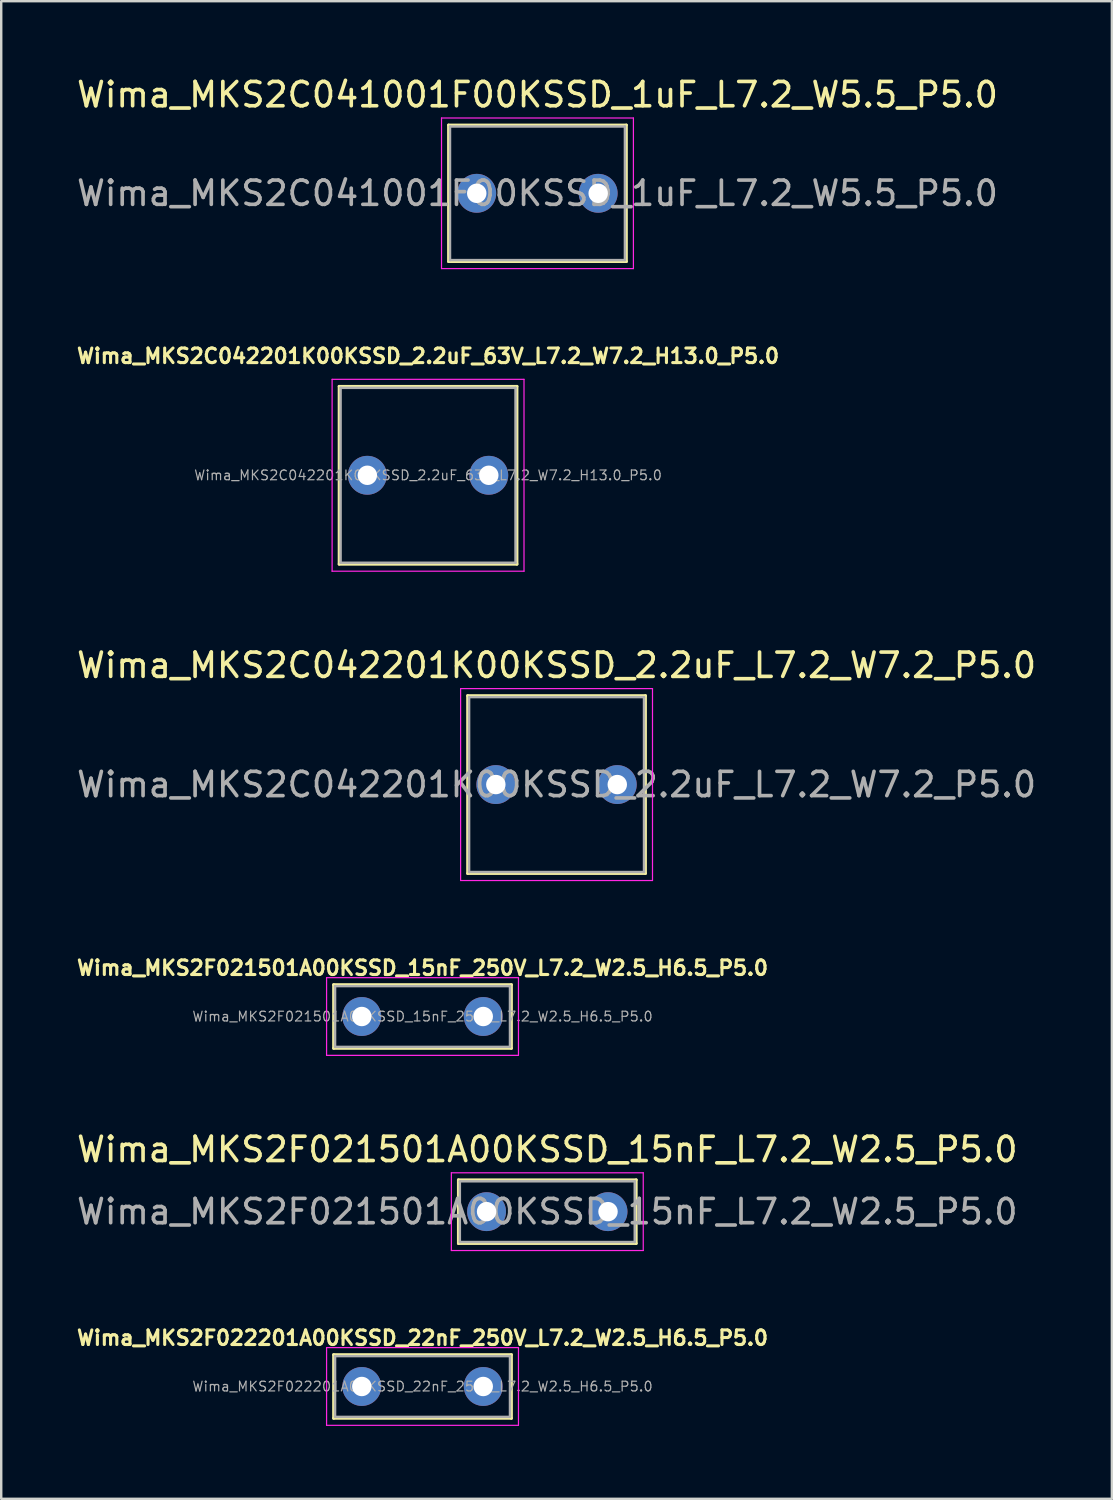
<source format=kicad_pcb>
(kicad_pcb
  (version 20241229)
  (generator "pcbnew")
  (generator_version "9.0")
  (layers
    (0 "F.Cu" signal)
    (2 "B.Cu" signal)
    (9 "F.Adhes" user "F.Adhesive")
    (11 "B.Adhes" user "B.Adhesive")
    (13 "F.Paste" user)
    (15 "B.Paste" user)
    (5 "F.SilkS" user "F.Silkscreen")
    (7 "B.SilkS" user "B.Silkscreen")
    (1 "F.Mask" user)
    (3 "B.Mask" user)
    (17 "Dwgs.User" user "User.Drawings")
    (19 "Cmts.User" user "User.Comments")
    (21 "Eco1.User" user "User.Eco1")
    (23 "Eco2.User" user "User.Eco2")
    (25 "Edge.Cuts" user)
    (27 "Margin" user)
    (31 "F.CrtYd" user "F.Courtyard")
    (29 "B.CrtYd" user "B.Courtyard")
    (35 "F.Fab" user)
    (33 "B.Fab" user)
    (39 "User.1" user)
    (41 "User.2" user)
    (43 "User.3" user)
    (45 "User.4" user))
  (footprint "Wima_MKS2F022201A00KSSD_22nF_250V_L7.2_W2.5_H6.5_P5.0"
    (layer "F.Cu")
    (at 14.345 54.031)
    (property "Reference" "Wima_MKS2F022201A00KSSD_22nF_250V_L7.2_W2.5_H6.5_P5.0" (at 0 -2 0) (layer "F.SilkS") (effects (font (size 0.6 0.6) (thickness 0.127))))
    (attr through_hole)
    (fp_line (start -3.66 -1.31) (end -3.66 1.31) (stroke (width 0.12) (type solid)) (layer "F.SilkS"))
    (fp_line (start -3.66 -1.31) (end 3.66 -1.31) (stroke (width 0.12) (type solid)) (layer "F.SilkS"))
    (fp_line (start -3.66 1.31) (end 3.66 1.31) (stroke (width 0.12) (type solid)) (layer "F.SilkS"))
    (fp_line (start 3.66 -1.31) (end 3.66 1.31) (stroke (width 0.12) (type solid)) (layer "F.SilkS"))
    (fp_line (start -3.95 -1.6) (end -3.95 1.6) (stroke (width 0.05) (type solid)) (layer "F.CrtYd"))
    (fp_line (start -3.95 1.6) (end 3.95 1.6) (stroke (width 0.05) (type solid)) (layer "F.CrtYd"))
    (fp_line (start 3.95 -1.6) (end -3.95 -1.6) (stroke (width 0.05) (type solid)) (layer "F.CrtYd"))
    (fp_line (start 3.95 1.6) (end 3.95 -1.6) (stroke (width 0.05) (type solid)) (layer "F.CrtYd"))
    (fp_line (start -3.6 -1.25) (end -3.6 1.25) (stroke (width 0.1) (type solid)) (layer "F.Fab"))
    (fp_line (start -3.6 1.25) (end 3.6 1.25) (stroke (width 0.1) (type solid)) (layer "F.Fab"))
    (fp_line (start 3.6 -1.25) (end -3.6 -1.25) (stroke (width 0.1) (type solid)) (layer "F.Fab"))
    (fp_line (start 3.6 1.25) (end 3.6 -1.25) (stroke (width 0.1) (type solid)) (layer "F.Fab"))
    (fp_text user "${REFERENCE}" (at 0 0 0) (layer "F.Fab") (effects (font (size 0.4 0.4) (thickness 0.05))))
    (pad "1" thru_hole circle (at -2.5 0) (size 1.6 1.6) (drill 0.8) (layers "*.Cu" "*.Mask"))
    (pad "2" thru_hole circle (at 2.5 0) (size 1.6 1.6) (drill 0.8) (layers "*.Cu" "*.Mask")))
  (footprint "Wima_MKS2C042201K00KSSD_2.2uF_63V_L7.2_W7.2_H13.0_P5.0"
    (layer "F.Cu")
    (at 14.573 16.517)
    (property "Reference" "Wima_MKS2C042201K00KSSD_2.2uF_63V_L7.2_W7.2_H13.0_P5.0" (at 0 -4.91 0) (layer "F.SilkS") (effects (font (size 0.6 0.6) (thickness 0.127))))
    (attr through_hole)
    (fp_line (start -3.66 -3.66) (end -3.66 3.66) (stroke (width 0.12) (type solid)) (layer "F.SilkS"))
    (fp_line (start -3.66 -3.66) (end 3.66 -3.66) (stroke (width 0.12) (type solid)) (layer "F.SilkS"))
    (fp_line (start -3.66 3.66) (end 3.66 3.66) (stroke (width 0.12) (type solid)) (layer "F.SilkS"))
    (fp_line (start 3.66 -3.66) (end 3.66 3.66) (stroke (width 0.12) (type solid)) (layer "F.SilkS"))
    (fp_line (start -3.95 -3.95) (end -3.95 3.95) (stroke (width 0.05) (type solid)) (layer "F.CrtYd"))
    (fp_line (start -3.95 3.95) (end 3.95 3.95) (stroke (width 0.05) (type solid)) (layer "F.CrtYd"))
    (fp_line (start 3.95 -3.95) (end -3.95 -3.95) (stroke (width 0.05) (type solid)) (layer "F.CrtYd"))
    (fp_line (start 3.95 3.95) (end 3.95 -3.95) (stroke (width 0.05) (type solid)) (layer "F.CrtYd"))
    (fp_line (start -3.6 -3.6) (end -3.6 3.6) (stroke (width 0.1) (type solid)) (layer "F.Fab"))
    (fp_line (start -3.6 3.6) (end 3.6 3.6) (stroke (width 0.1) (type solid)) (layer "F.Fab"))
    (fp_line (start 3.6 -3.6) (end -3.6 -3.6) (stroke (width 0.1) (type solid)) (layer "F.Fab"))
    (fp_line (start 3.6 3.6) (end 3.6 -3.6) (stroke (width 0.1) (type solid)) (layer "F.Fab"))
    (fp_text user "${REFERENCE}" (at 0 0 0) (layer "F.Fab") (effects (font (size 0.4 0.4) (thickness 0.05))))
    (pad "1" thru_hole circle (at -2.5 0) (size 1.6 1.6) (drill 0.8) (layers "*.Cu" "*.Mask"))
    (pad "2" thru_hole circle (at 2.5 0) (size 1.6 1.6) (drill 0.8) (layers "*.Cu" "*.Mask")))
  (footprint "Wima_MKS2F021501A00KSSD_15nF_250V_L7.2_W2.5_H6.5_P5.0"
    (layer "F.Cu")
    (at 14.345 38.799)
    (property "Reference" "Wima_MKS2F021501A00KSSD_15nF_250V_L7.2_W2.5_H6.5_P5.0" (at 0 -2 0) (layer "F.SilkS") (effects (font (size 0.6 0.6) (thickness 0.127))))
    (attr through_hole)
    (fp_line (start -3.66 -1.31) (end -3.66 1.31) (stroke (width 0.12) (type solid)) (layer "F.SilkS"))
    (fp_line (start -3.66 -1.31) (end 3.66 -1.31) (stroke (width 0.12) (type solid)) (layer "F.SilkS"))
    (fp_line (start -3.66 1.31) (end 3.66 1.31) (stroke (width 0.12) (type solid)) (layer "F.SilkS"))
    (fp_line (start 3.66 -1.31) (end 3.66 1.31) (stroke (width 0.12) (type solid)) (layer "F.SilkS"))
    (fp_line (start -3.95 -1.6) (end -3.95 1.6) (stroke (width 0.05) (type solid)) (layer "F.CrtYd"))
    (fp_line (start -3.95 1.6) (end 3.95 1.6) (stroke (width 0.05) (type solid)) (layer "F.CrtYd"))
    (fp_line (start 3.95 -1.6) (end -3.95 -1.6) (stroke (width 0.05) (type solid)) (layer "F.CrtYd"))
    (fp_line (start 3.95 1.6) (end 3.95 -1.6) (stroke (width 0.05) (type solid)) (layer "F.CrtYd"))
    (fp_line (start -3.6 -1.25) (end -3.6 1.25) (stroke (width 0.1) (type solid)) (layer "F.Fab"))
    (fp_line (start -3.6 1.25) (end 3.6 1.25) (stroke (width 0.1) (type solid)) (layer "F.Fab"))
    (fp_line (start 3.6 -1.25) (end -3.6 -1.25) (stroke (width 0.1) (type solid)) (layer "F.Fab"))
    (fp_line (start 3.6 1.25) (end 3.6 -1.25) (stroke (width 0.1) (type solid)) (layer "F.Fab"))
    (fp_text user "${REFERENCE}" (at 0 0 0) (layer "F.Fab") (effects (font (size 0.4 0.4) (thickness 0.05))))
    (pad "1" thru_hole circle (at -2.5 0) (size 1.6 1.6) (drill 0.8) (layers "*.Cu" "*.Mask"))
    (pad "2" thru_hole circle (at 2.5 0) (size 1.6 1.6) (drill 0.8) (layers "*.Cu" "*.Mask")))
  (footprint "Wima_MKS2F021501A00KSSD_15nF_L7.2_W2.5_P5.0"
    (layer "F.Cu")
    (at 16.982 46.833)
    (property "Reference" "Wima_MKS2F021501A00KSSD_15nF_L7.2_W2.5_P5.0" (at 2.5 -2.56 0) (layer "F.SilkS") (effects (font (size 1 1) (thickness 0.15))))
    (attr through_hole)
    (fp_line (start -1.16 -1.31) (end -1.16 1.31) (stroke (width 0.12) (type solid)) (layer "F.SilkS"))
    (fp_line (start -1.16 -1.31) (end 6.16 -1.31) (stroke (width 0.12) (type solid)) (layer "F.SilkS"))
    (fp_line (start -1.16 1.31) (end 6.16 1.31) (stroke (width 0.12) (type solid)) (layer "F.SilkS"))
    (fp_line (start 6.16 -1.31) (end 6.16 1.31) (stroke (width 0.12) (type solid)) (layer "F.SilkS"))
    (fp_line (start -1.45 -1.6) (end -1.45 1.6) (stroke (width 0.05) (type solid)) (layer "F.CrtYd"))
    (fp_line (start -1.45 1.6) (end 6.45 1.6) (stroke (width 0.05) (type solid)) (layer "F.CrtYd"))
    (fp_line (start 6.45 -1.6) (end -1.45 -1.6) (stroke (width 0.05) (type solid)) (layer "F.CrtYd"))
    (fp_line (start 6.45 1.6) (end 6.45 -1.6) (stroke (width 0.05) (type solid)) (layer "F.CrtYd"))
    (fp_line (start -1.1 -1.25) (end -1.1 1.25) (stroke (width 0.1) (type solid)) (layer "F.Fab"))
    (fp_line (start -1.1 1.25) (end 6.1 1.25) (stroke (width 0.1) (type solid)) (layer "F.Fab"))
    (fp_line (start 6.1 -1.25) (end -1.1 -1.25) (stroke (width 0.1) (type solid)) (layer "F.Fab"))
    (fp_line (start 6.1 1.25) (end 6.1 -1.25) (stroke (width 0.1) (type solid)) (layer "F.Fab"))
    (fp_text user "${REFERENCE}" (at 2.5 0 0) (layer "F.Fab") (effects (font (size 1 1) (thickness 0.15))))
    (pad "1" thru_hole circle (at 0 0) (size 1.6 1.6) (drill 0.8) (layers "*.Cu" "*.Mask"))
    (pad "2" thru_hole circle (at 5 0) (size 1.6 1.6) (drill 0.8) (layers "*.Cu" "*.Mask")))
  (footprint "Wima_MKS2C041001F00KSSD_1uF_L7.2_W5.5_P5.0"
    (layer "F.Cu")
    (at 16.577 4.908)
    (property "Reference" "Wima_MKS2C041001F00KSSD_1uF_L7.2_W5.5_P5.0" (at 2.5 -4.06 0) (layer "F.SilkS") (effects (font (size 1 1) (thickness 0.15))))
    (attr through_hole)
    (fp_line (start -1.16 -2.81) (end -1.16 2.81) (stroke (width 0.12) (type solid)) (layer "F.SilkS"))
    (fp_line (start -1.16 -2.81) (end 6.16 -2.81) (stroke (width 0.12) (type solid)) (layer "F.SilkS"))
    (fp_line (start -1.16 2.81) (end 6.16 2.81) (stroke (width 0.12) (type solid)) (layer "F.SilkS"))
    (fp_line (start 6.16 -2.81) (end 6.16 2.81) (stroke (width 0.12) (type solid)) (layer "F.SilkS"))
    (fp_line (start -1.45 -3.1) (end -1.45 3.1) (stroke (width 0.05) (type solid)) (layer "F.CrtYd"))
    (fp_line (start -1.45 3.1) (end 6.45 3.1) (stroke (width 0.05) (type solid)) (layer "F.CrtYd"))
    (fp_line (start 6.45 -3.1) (end -1.45 -3.1) (stroke (width 0.05) (type solid)) (layer "F.CrtYd"))
    (fp_line (start 6.45 3.1) (end 6.45 -3.1) (stroke (width 0.05) (type solid)) (layer "F.CrtYd"))
    (fp_line (start -1.1 -2.75) (end -1.1 2.75) (stroke (width 0.1) (type solid)) (layer "F.Fab"))
    (fp_line (start -1.1 2.75) (end 6.1 2.75) (stroke (width 0.1) (type solid)) (layer "F.Fab"))
    (fp_line (start 6.1 -2.75) (end -1.1 -2.75) (stroke (width 0.1) (type solid)) (layer "F.Fab"))
    (fp_line (start 6.1 2.75) (end 6.1 -2.75) (stroke (width 0.1) (type solid)) (layer "F.Fab"))
    (fp_text user "${REFERENCE}" (at 2.5 0 0) (layer "F.Fab") (effects (font (size 1 1) (thickness 0.15))))
    (pad "1" thru_hole circle (at 0 0) (size 1.6 1.6) (drill 0.8) (layers "*.Cu" "*.Mask"))
    (pad "2" thru_hole circle (at 5 0) (size 1.6 1.6) (drill 0.8) (layers "*.Cu" "*.Mask")))
  (footprint "Wima_MKS2C042201K00KSSD_2.2uF_L7.2_W7.2_P5.0"
    (layer "F.Cu")
    (at 17.363 29.25)
    (property "Reference" "Wima_MKS2C042201K00KSSD_2.2uF_L7.2_W7.2_P5.0" (at 2.5 -4.91 0) (layer "F.SilkS") (effects (font (size 1 1) (thickness 0.15))))
    (attr through_hole)
    (fp_line (start -1.16 -3.66) (end -1.16 3.66) (stroke (width 0.12) (type solid)) (layer "F.SilkS"))
    (fp_line (start -1.16 -3.66) (end 6.16 -3.66) (stroke (width 0.12) (type solid)) (layer "F.SilkS"))
    (fp_line (start -1.16 3.66) (end 6.16 3.66) (stroke (width 0.12) (type solid)) (layer "F.SilkS"))
    (fp_line (start 6.16 -3.66) (end 6.16 3.66) (stroke (width 0.12) (type solid)) (layer "F.SilkS"))
    (fp_line (start -1.45 -3.95) (end -1.45 3.95) (stroke (width 0.05) (type solid)) (layer "F.CrtYd"))
    (fp_line (start -1.45 3.95) (end 6.45 3.95) (stroke (width 0.05) (type solid)) (layer "F.CrtYd"))
    (fp_line (start 6.45 -3.95) (end -1.45 -3.95) (stroke (width 0.05) (type solid)) (layer "F.CrtYd"))
    (fp_line (start 6.45 3.95) (end 6.45 -3.95) (stroke (width 0.05) (type solid)) (layer "F.CrtYd"))
    (fp_line (start -1.1 -3.6) (end -1.1 3.6) (stroke (width 0.1) (type solid)) (layer "F.Fab"))
    (fp_line (start -1.1 3.6) (end 6.1 3.6) (stroke (width 0.1) (type solid)) (layer "F.Fab"))
    (fp_line (start 6.1 -3.6) (end -1.1 -3.6) (stroke (width 0.1) (type solid)) (layer "F.Fab"))
    (fp_line (start 6.1 3.6) (end 6.1 -3.6) (stroke (width 0.1) (type solid)) (layer "F.Fab"))
    (fp_text user "${REFERENCE}" (at 2.5 0 0) (layer "F.Fab") (effects (font (size 1 1) (thickness 0.15))))
    (pad "1" thru_hole circle (at 0 0) (size 1.6 1.6) (drill 0.8) (layers "*.Cu" "*.Mask"))
    (pad "2" thru_hole circle (at 5 0) (size 1.6 1.6) (drill 0.8) (layers "*.Cu" "*.Mask")))
  (gr_rect
    (start -3 -3)
    (end 42.726 58.656)
    (stroke (width 0.1) (type default))
    (fill no)
    (layer "Edge.Cuts")))
</source>
